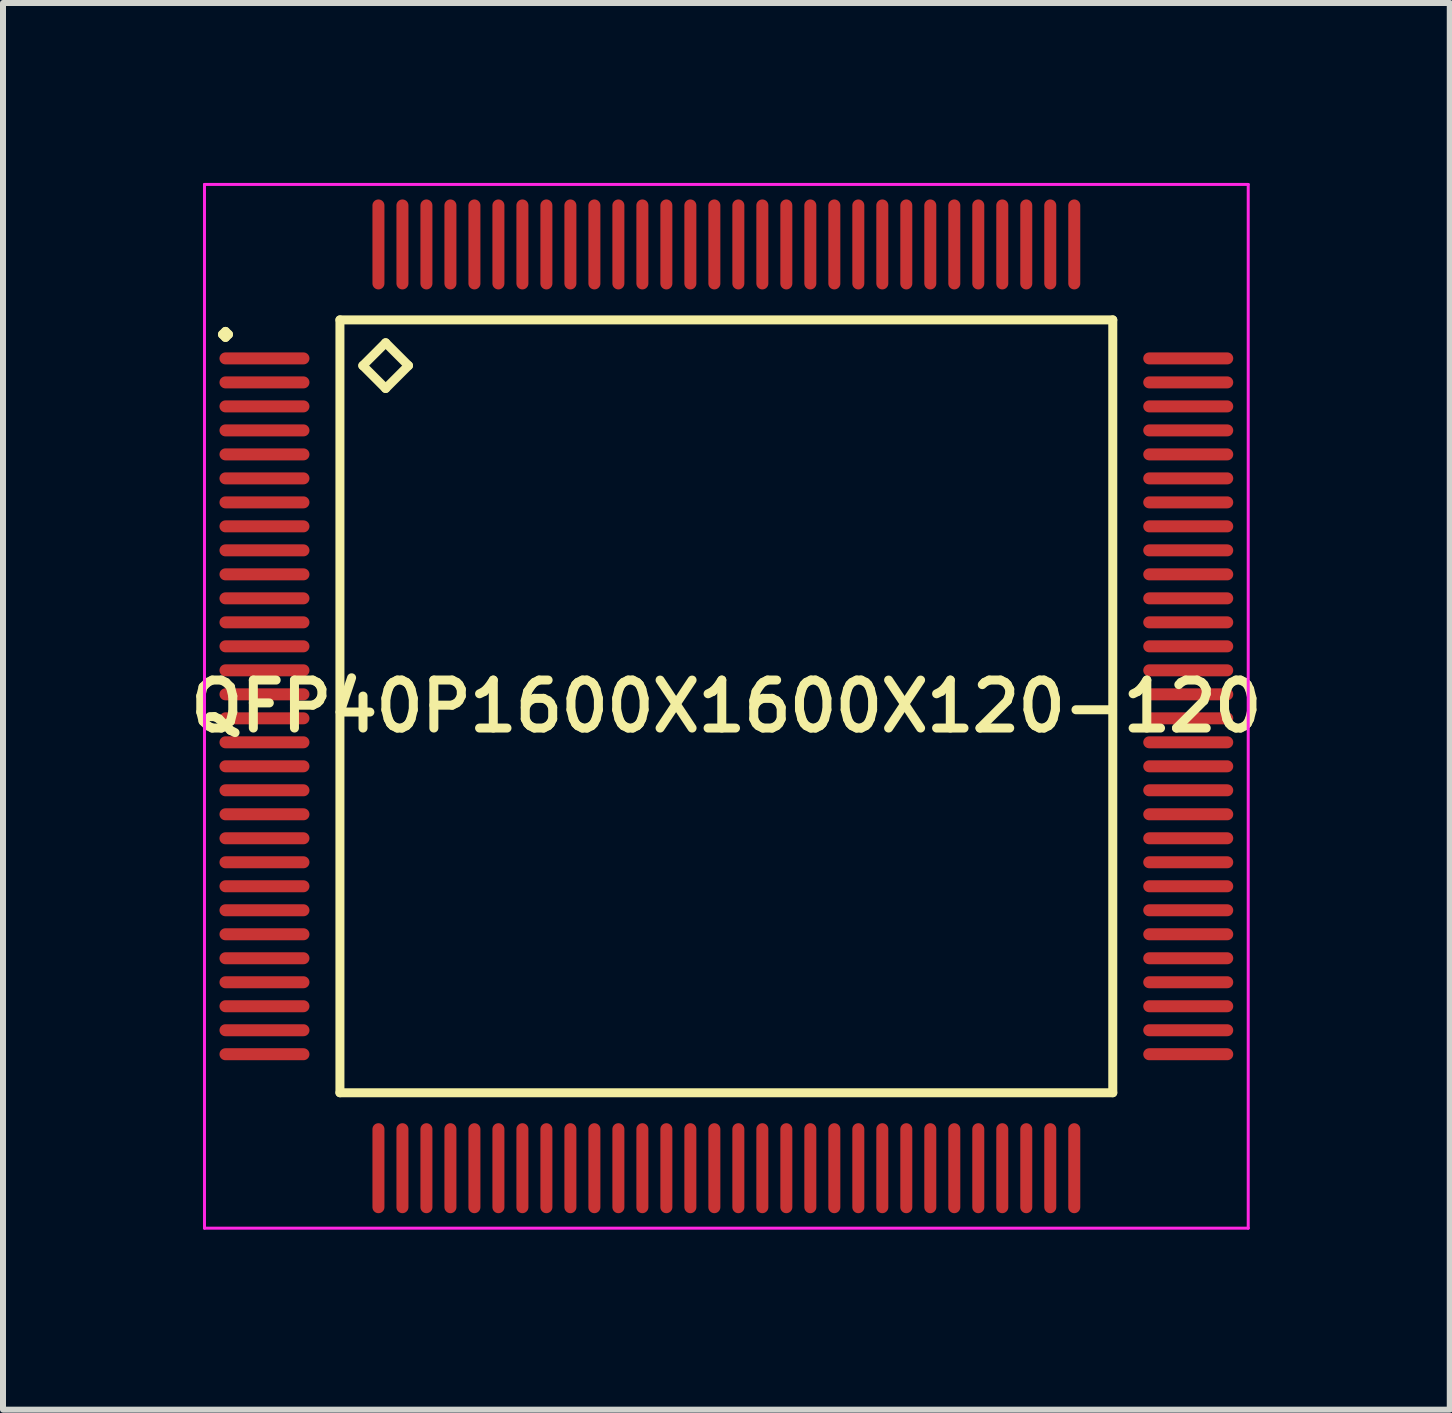
<source format=kicad_pcb>
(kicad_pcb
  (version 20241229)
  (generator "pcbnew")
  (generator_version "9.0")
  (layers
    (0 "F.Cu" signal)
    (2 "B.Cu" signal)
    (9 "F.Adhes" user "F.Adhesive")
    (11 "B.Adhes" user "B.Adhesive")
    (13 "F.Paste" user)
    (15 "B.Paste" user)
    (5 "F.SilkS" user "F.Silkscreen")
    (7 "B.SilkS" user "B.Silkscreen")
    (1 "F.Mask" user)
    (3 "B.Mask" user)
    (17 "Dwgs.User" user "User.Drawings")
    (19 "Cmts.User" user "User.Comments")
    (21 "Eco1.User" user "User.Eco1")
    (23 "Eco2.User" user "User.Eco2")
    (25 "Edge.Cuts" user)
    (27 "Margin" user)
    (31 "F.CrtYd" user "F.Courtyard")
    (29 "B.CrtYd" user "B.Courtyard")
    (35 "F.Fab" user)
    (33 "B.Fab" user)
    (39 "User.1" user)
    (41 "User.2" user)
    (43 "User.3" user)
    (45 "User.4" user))
  (footprint "QFP40P1600X1600X120-120"
    (layer "F.Cu")
    (at 9.059 8.725)
    (property "Reference" "QFP40P1600X1600X120-120" (at 0 0 0) (layer "F.SilkS") (effects (font (size 0.8 0.8) (thickness 0.15))))
    (attr smd)
    (fp_line (start -8.4 -6.2) (end -8.35 -6.25) (stroke (width 0.15) (type solid)) (layer "F.SilkS"))
    (fp_line (start -8.35 -6.25) (end -8.3 -6.2) (stroke (width 0.15) (type solid)) (layer "F.SilkS"))
    (fp_line (start -8.35 -6.15) (end -8.4 -6.2) (stroke (width 0.15) (type solid)) (layer "F.SilkS"))
    (fp_line (start -8.3 -6.2) (end -8.35 -6.15) (stroke (width 0.15) (type solid)) (layer "F.SilkS"))
    (fp_line (start -6.442 -6.442) (end -6.442 6.442) (stroke (width 0.15) (type solid)) (layer "F.SilkS"))
    (fp_line (start -6.442 6.442) (end 6.442 6.442) (stroke (width 0.15) (type solid)) (layer "F.SilkS"))
    (fp_line (start -6.061 -5.68) (end -5.68 -6.061) (stroke (width 0.15) (type solid)) (layer "F.SilkS"))
    (fp_line (start -5.68 -6.061) (end -5.299 -5.68) (stroke (width 0.15) (type solid)) (layer "F.SilkS"))
    (fp_line (start -5.68 -5.299) (end -6.061 -5.68) (stroke (width 0.15) (type solid)) (layer "F.SilkS"))
    (fp_line (start -5.299 -5.68) (end -5.68 -5.299) (stroke (width 0.15) (type solid)) (layer "F.SilkS"))
    (fp_line (start 6.442 -6.442) (end -6.442 -6.442) (stroke (width 0.15) (type solid)) (layer "F.SilkS"))
    (fp_line (start 6.442 6.442) (end 6.442 -6.442) (stroke (width 0.15) (type solid)) (layer "F.SilkS"))
    (fp_line (start -8.7 -8.7) (end 8.7 -8.7) (stroke (width 0.05) (type solid)) (layer "F.CrtYd"))
    (fp_line (start -8.7 8.7) (end -8.7 -8.7) (stroke (width 0.05) (type solid)) (layer "F.CrtYd"))
    (fp_line (start 8.7 -8.7) (end 8.7 8.7) (stroke (width 0.05) (type solid)) (layer "F.CrtYd"))
    (fp_line (start 8.7 8.7) (end -8.7 8.7) (stroke (width 0.05) (type solid)) (layer "F.CrtYd"))
    (pad "1" smd oval (at -7.7 -5.8) (size 1.5 0.2) (layers "F.Cu" "F.Mask" "F.Paste"))
    (pad "2" smd oval (at -7.7 -5.4) (size 1.5 0.2) (layers "F.Cu" "F.Mask" "F.Paste"))
    (pad "3" smd oval (at -7.7 -5) (size 1.5 0.2) (layers "F.Cu" "F.Mask" "F.Paste"))
    (pad "4" smd oval (at -7.7 -4.6) (size 1.5 0.2) (layers "F.Cu" "F.Mask" "F.Paste"))
    (pad "5" smd oval (at -7.7 -4.2) (size 1.5 0.2) (layers "F.Cu" "F.Mask" "F.Paste"))
    (pad "6" smd oval (at -7.7 -3.8) (size 1.5 0.2) (layers "F.Cu" "F.Mask" "F.Paste"))
    (pad "7" smd oval (at -7.7 -3.4) (size 1.5 0.2) (layers "F.Cu" "F.Mask" "F.Paste"))
    (pad "8" smd oval (at -7.7 -3) (size 1.5 0.2) (layers "F.Cu" "F.Mask" "F.Paste"))
    (pad "9" smd oval (at -7.7 -2.6) (size 1.5 0.2) (layers "F.Cu" "F.Mask" "F.Paste"))
    (pad "10" smd oval (at -7.7 -2.2) (size 1.5 0.2) (layers "F.Cu" "F.Mask" "F.Paste"))
    (pad "11" smd oval (at -7.7 -1.8) (size 1.5 0.2) (layers "F.Cu" "F.Mask" "F.Paste"))
    (pad "12" smd oval (at -7.7 -1.4) (size 1.5 0.2) (layers "F.Cu" "F.Mask" "F.Paste"))
    (pad "13" smd oval (at -7.7 -1) (size 1.5 0.2) (layers "F.Cu" "F.Mask" "F.Paste"))
    (pad "14" smd oval (at -7.7 -0.6) (size 1.5 0.2) (layers "F.Cu" "F.Mask" "F.Paste"))
    (pad "15" smd oval (at -7.7 -0.2) (size 1.5 0.2) (layers "F.Cu" "F.Mask" "F.Paste"))
    (pad "16" smd oval (at -7.7 0.2) (size 1.5 0.2) (layers "F.Cu" "F.Mask" "F.Paste"))
    (pad "17" smd oval (at -7.7 0.6) (size 1.5 0.2) (layers "F.Cu" "F.Mask" "F.Paste"))
    (pad "18" smd oval (at -7.7 1) (size 1.5 0.2) (layers "F.Cu" "F.Mask" "F.Paste"))
    (pad "19" smd oval (at -7.7 1.4) (size 1.5 0.2) (layers "F.Cu" "F.Mask" "F.Paste"))
    (pad "20" smd oval (at -7.7 1.8) (size 1.5 0.2) (layers "F.Cu" "F.Mask" "F.Paste"))
    (pad "21" smd oval (at -7.7 2.2) (size 1.5 0.2) (layers "F.Cu" "F.Mask" "F.Paste"))
    (pad "22" smd oval (at -7.7 2.6) (size 1.5 0.2) (layers "F.Cu" "F.Mask" "F.Paste"))
    (pad "23" smd oval (at -7.7 3) (size 1.5 0.2) (layers "F.Cu" "F.Mask" "F.Paste"))
    (pad "24" smd oval (at -7.7 3.4) (size 1.5 0.2) (layers "F.Cu" "F.Mask" "F.Paste"))
    (pad "25" smd oval (at -7.7 3.8) (size 1.5 0.2) (layers "F.Cu" "F.Mask" "F.Paste"))
    (pad "26" smd oval (at -7.7 4.2) (size 1.5 0.2) (layers "F.Cu" "F.Mask" "F.Paste"))
    (pad "27" smd oval (at -7.7 4.6) (size 1.5 0.2) (layers "F.Cu" "F.Mask" "F.Paste"))
    (pad "28" smd oval (at -7.7 5) (size 1.5 0.2) (layers "F.Cu" "F.Mask" "F.Paste"))
    (pad "29" smd oval (at -7.7 5.4) (size 1.5 0.2) (layers "F.Cu" "F.Mask" "F.Paste"))
    (pad "30" smd oval (at -7.7 5.8) (size 1.5 0.2) (layers "F.Cu" "F.Mask" "F.Paste"))
    (pad "31" smd oval (at -5.8 7.7) (size 0.2 1.5) (layers "F.Cu" "F.Mask" "F.Paste"))
    (pad "32" smd oval (at -5.4 7.7) (size 0.2 1.5) (layers "F.Cu" "F.Mask" "F.Paste"))
    (pad "33" smd oval (at -5 7.7) (size 0.2 1.5) (layers "F.Cu" "F.Mask" "F.Paste"))
    (pad "34" smd oval (at -4.6 7.7) (size 0.2 1.5) (layers "F.Cu" "F.Mask" "F.Paste"))
    (pad "35" smd oval (at -4.2 7.7) (size 0.2 1.5) (layers "F.Cu" "F.Mask" "F.Paste"))
    (pad "36" smd oval (at -3.8 7.7) (size 0.2 1.5) (layers "F.Cu" "F.Mask" "F.Paste"))
    (pad "37" smd oval (at -3.4 7.7) (size 0.2 1.5) (layers "F.Cu" "F.Mask" "F.Paste"))
    (pad "38" smd oval (at -3 7.7) (size 0.2 1.5) (layers "F.Cu" "F.Mask" "F.Paste"))
    (pad "39" smd oval (at -2.6 7.7) (size 0.2 1.5) (layers "F.Cu" "F.Mask" "F.Paste"))
    (pad "40" smd oval (at -2.2 7.7) (size 0.2 1.5) (layers "F.Cu" "F.Mask" "F.Paste"))
    (pad "41" smd oval (at -1.8 7.7) (size 0.2 1.5) (layers "F.Cu" "F.Mask" "F.Paste"))
    (pad "42" smd oval (at -1.4 7.7) (size 0.2 1.5) (layers "F.Cu" "F.Mask" "F.Paste"))
    (pad "43" smd oval (at -1 7.7) (size 0.2 1.5) (layers "F.Cu" "F.Mask" "F.Paste"))
    (pad "44" smd oval (at -0.6 7.7) (size 0.2 1.5) (layers "F.Cu" "F.Mask" "F.Paste"))
    (pad "45" smd oval (at -0.2 7.7) (size 0.2 1.5) (layers "F.Cu" "F.Mask" "F.Paste"))
    (pad "46" smd oval (at 0.2 7.7) (size 0.2 1.5) (layers "F.Cu" "F.Mask" "F.Paste"))
    (pad "47" smd oval (at 0.6 7.7) (size 0.2 1.5) (layers "F.Cu" "F.Mask" "F.Paste"))
    (pad "48" smd oval (at 1 7.7) (size 0.2 1.5) (layers "F.Cu" "F.Mask" "F.Paste"))
    (pad "49" smd oval (at 1.4 7.7) (size 0.2 1.5) (layers "F.Cu" "F.Mask" "F.Paste"))
    (pad "50" smd oval (at 1.8 7.7) (size 0.2 1.5) (layers "F.Cu" "F.Mask" "F.Paste"))
    (pad "51" smd oval (at 2.2 7.7) (size 0.2 1.5) (layers "F.Cu" "F.Mask" "F.Paste"))
    (pad "52" smd oval (at 2.6 7.7) (size 0.2 1.5) (layers "F.Cu" "F.Mask" "F.Paste"))
    (pad "53" smd oval (at 3 7.7) (size 0.2 1.5) (layers "F.Cu" "F.Mask" "F.Paste"))
    (pad "54" smd oval (at 3.4 7.7) (size 0.2 1.5) (layers "F.Cu" "F.Mask" "F.Paste"))
    (pad "55" smd oval (at 3.8 7.7) (size 0.2 1.5) (layers "F.Cu" "F.Mask" "F.Paste"))
    (pad "56" smd oval (at 4.2 7.7) (size 0.2 1.5) (layers "F.Cu" "F.Mask" "F.Paste"))
    (pad "57" smd oval (at 4.6 7.7) (size 0.2 1.5) (layers "F.Cu" "F.Mask" "F.Paste"))
    (pad "58" smd oval (at 5 7.7) (size 0.2 1.5) (layers "F.Cu" "F.Mask" "F.Paste"))
    (pad "59" smd oval (at 5.4 7.7) (size 0.2 1.5) (layers "F.Cu" "F.Mask" "F.Paste"))
    (pad "60" smd oval (at 5.8 7.7) (size 0.2 1.5) (layers "F.Cu" "F.Mask" "F.Paste"))
    (pad "61" smd oval (at 7.7 5.8) (size 1.5 0.2) (layers "F.Cu" "F.Mask" "F.Paste"))
    (pad "62" smd oval (at 7.7 5.4) (size 1.5 0.2) (layers "F.Cu" "F.Mask" "F.Paste"))
    (pad "63" smd oval (at 7.7 5) (size 1.5 0.2) (layers "F.Cu" "F.Mask" "F.Paste"))
    (pad "64" smd oval (at 7.7 4.6) (size 1.5 0.2) (layers "F.Cu" "F.Mask" "F.Paste"))
    (pad "65" smd oval (at 7.7 4.2) (size 1.5 0.2) (layers "F.Cu" "F.Mask" "F.Paste"))
    (pad "66" smd oval (at 7.7 3.8) (size 1.5 0.2) (layers "F.Cu" "F.Mask" "F.Paste"))
    (pad "67" smd oval (at 7.7 3.4) (size 1.5 0.2) (layers "F.Cu" "F.Mask" "F.Paste"))
    (pad "68" smd oval (at 7.7 3) (size 1.5 0.2) (layers "F.Cu" "F.Mask" "F.Paste"))
    (pad "69" smd oval (at 7.7 2.6) (size 1.5 0.2) (layers "F.Cu" "F.Mask" "F.Paste"))
    (pad "70" smd oval (at 7.7 2.2) (size 1.5 0.2) (layers "F.Cu" "F.Mask" "F.Paste"))
    (pad "71" smd oval (at 7.7 1.8) (size 1.5 0.2) (layers "F.Cu" "F.Mask" "F.Paste"))
    (pad "72" smd oval (at 7.7 1.4) (size 1.5 0.2) (layers "F.Cu" "F.Mask" "F.Paste"))
    (pad "73" smd oval (at 7.7 1) (size 1.5 0.2) (layers "F.Cu" "F.Mask" "F.Paste"))
    (pad "74" smd oval (at 7.7 0.6) (size 1.5 0.2) (layers "F.Cu" "F.Mask" "F.Paste"))
    (pad "75" smd oval (at 7.7 0.2) (size 1.5 0.2) (layers "F.Cu" "F.Mask" "F.Paste"))
    (pad "76" smd oval (at 7.7 -0.2) (size 1.5 0.2) (layers "F.Cu" "F.Mask" "F.Paste"))
    (pad "77" smd oval (at 7.7 -0.6) (size 1.5 0.2) (layers "F.Cu" "F.Mask" "F.Paste"))
    (pad "78" smd oval (at 7.7 -1) (size 1.5 0.2) (layers "F.Cu" "F.Mask" "F.Paste"))
    (pad "79" smd oval (at 7.7 -1.4) (size 1.5 0.2) (layers "F.Cu" "F.Mask" "F.Paste"))
    (pad "80" smd oval (at 7.7 -1.8) (size 1.5 0.2) (layers "F.Cu" "F.Mask" "F.Paste"))
    (pad "81" smd oval (at 7.7 -2.2) (size 1.5 0.2) (layers "F.Cu" "F.Mask" "F.Paste"))
    (pad "82" smd oval (at 7.7 -2.6) (size 1.5 0.2) (layers "F.Cu" "F.Mask" "F.Paste"))
    (pad "83" smd oval (at 7.7 -3) (size 1.5 0.2) (layers "F.Cu" "F.Mask" "F.Paste"))
    (pad "84" smd oval (at 7.7 -3.4) (size 1.5 0.2) (layers "F.Cu" "F.Mask" "F.Paste"))
    (pad "85" smd oval (at 7.7 -3.8) (size 1.5 0.2) (layers "F.Cu" "F.Mask" "F.Paste"))
    (pad "86" smd oval (at 7.7 -4.2) (size 1.5 0.2) (layers "F.Cu" "F.Mask" "F.Paste"))
    (pad "87" smd oval (at 7.7 -4.6) (size 1.5 0.2) (layers "F.Cu" "F.Mask" "F.Paste"))
    (pad "88" smd oval (at 7.7 -5) (size 1.5 0.2) (layers "F.Cu" "F.Mask" "F.Paste"))
    (pad "89" smd oval (at 7.7 -5.4) (size 1.5 0.2) (layers "F.Cu" "F.Mask" "F.Paste"))
    (pad "90" smd oval (at 7.7 -5.8) (size 1.5 0.2) (layers "F.Cu" "F.Mask" "F.Paste"))
    (pad "91" smd oval (at 5.8 -7.7) (size 0.2 1.5) (layers "F.Cu" "F.Mask" "F.Paste"))
    (pad "92" smd oval (at 5.4 -7.7) (size 0.2 1.5) (layers "F.Cu" "F.Mask" "F.Paste"))
    (pad "93" smd oval (at 5 -7.7) (size 0.2 1.5) (layers "F.Cu" "F.Mask" "F.Paste"))
    (pad "94" smd oval (at 4.6 -7.7) (size 0.2 1.5) (layers "F.Cu" "F.Mask" "F.Paste"))
    (pad "95" smd oval (at 4.2 -7.7) (size 0.2 1.5) (layers "F.Cu" "F.Mask" "F.Paste"))
    (pad "96" smd oval (at 3.8 -7.7) (size 0.2 1.5) (layers "F.Cu" "F.Mask" "F.Paste"))
    (pad "97" smd oval (at 3.4 -7.7) (size 0.2 1.5) (layers "F.Cu" "F.Mask" "F.Paste"))
    (pad "98" smd oval (at 3 -7.7) (size 0.2 1.5) (layers "F.Cu" "F.Mask" "F.Paste"))
    (pad "99" smd oval (at 2.6 -7.7) (size 0.2 1.5) (layers "F.Cu" "F.Mask" "F.Paste"))
    (pad "100" smd oval (at 2.2 -7.7) (size 0.2 1.5) (layers "F.Cu" "F.Mask" "F.Paste"))
    (pad "101" smd oval (at 1.8 -7.7) (size 0.2 1.5) (layers "F.Cu" "F.Mask" "F.Paste"))
    (pad "102" smd oval (at 1.4 -7.7) (size 0.2 1.5) (layers "F.Cu" "F.Mask" "F.Paste"))
    (pad "103" smd oval (at 1 -7.7) (size 0.2 1.5) (layers "F.Cu" "F.Mask" "F.Paste"))
    (pad "104" smd oval (at 0.6 -7.7) (size 0.2 1.5) (layers "F.Cu" "F.Mask" "F.Paste"))
    (pad "105" smd oval (at 0.2 -7.7) (size 0.2 1.5) (layers "F.Cu" "F.Mask" "F.Paste"))
    (pad "106" smd oval (at -0.2 -7.7) (size 0.2 1.5) (layers "F.Cu" "F.Mask" "F.Paste"))
    (pad "107" smd oval (at -0.6 -7.7) (size 0.2 1.5) (layers "F.Cu" "F.Mask" "F.Paste"))
    (pad "108" smd oval (at -1 -7.7) (size 0.2 1.5) (layers "F.Cu" "F.Mask" "F.Paste"))
    (pad "109" smd oval (at -1.4 -7.7) (size 0.2 1.5) (layers "F.Cu" "F.Mask" "F.Paste"))
    (pad "110" smd oval (at -1.8 -7.7) (size 0.2 1.5) (layers "F.Cu" "F.Mask" "F.Paste"))
    (pad "111" smd oval (at -2.2 -7.7) (size 0.2 1.5) (layers "F.Cu" "F.Mask" "F.Paste"))
    (pad "112" smd oval (at -2.6 -7.7) (size 0.2 1.5) (layers "F.Cu" "F.Mask" "F.Paste"))
    (pad "113" smd oval (at -3 -7.7) (size 0.2 1.5) (layers "F.Cu" "F.Mask" "F.Paste"))
    (pad "114" smd oval (at -3.4 -7.7) (size 0.2 1.5) (layers "F.Cu" "F.Mask" "F.Paste"))
    (pad "115" smd oval (at -3.8 -7.7) (size 0.2 1.5) (layers "F.Cu" "F.Mask" "F.Paste"))
    (pad "116" smd oval (at -4.2 -7.7) (size 0.2 1.5) (layers "F.Cu" "F.Mask" "F.Paste"))
    (pad "117" smd oval (at -4.6 -7.7) (size 0.2 1.5) (layers "F.Cu" "F.Mask" "F.Paste"))
    (pad "118" smd oval (at -5 -7.7) (size 0.2 1.5) (layers "F.Cu" "F.Mask" "F.Paste"))
    (pad "119" smd oval (at -5.4 -7.7) (size 0.2 1.5) (layers "F.Cu" "F.Mask" "F.Paste"))
    (pad "120" smd oval (at -5.8 -7.7) (size 0.2 1.5) (layers "F.Cu" "F.Mask" "F.Paste")))
  (gr_rect
    (start -3 -3)
    (end 21.119 20.45)
    (stroke (width 0.1) (type default))
    (fill no)
    (layer "Edge.Cuts")))
</source>
